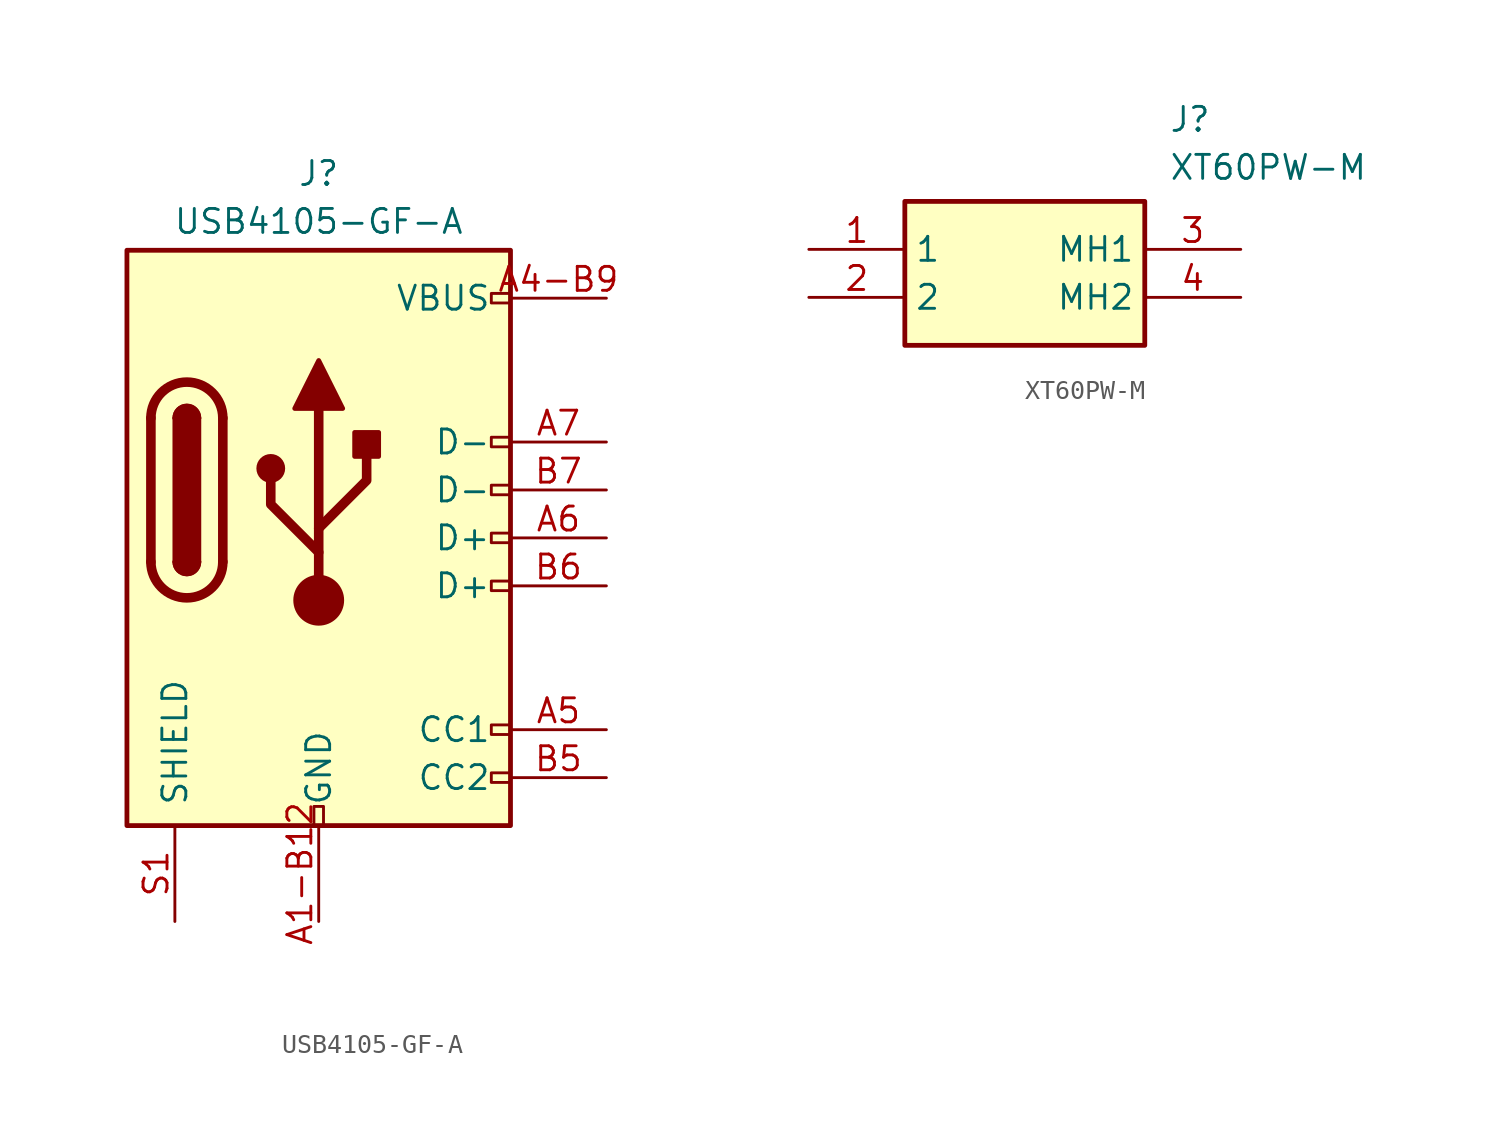
<source format=kicad_sym>
(kicad_symbol_lib
  (version 20241209)
  (generator "kicad_symbol_editor")
  (generator_version "9.0")
  (symbol "USB4105-GF-A"
    (pin_names
      (offset 1.016))
    (property "Reference" "J"
      (at 10.16 34.544 0)
      (effects (font (size 1.27 1.27))))
    (property "Value" "USB4105-GF-A"
      (at 10.16 32.004 0)
      (effects (font (size 1.27 1.27))))
    (symbol "USB4105-GF-A_0_0"
      (rectangle (start 9.906 0) (end 10.414 1.016) (stroke (width 0) (type default)) (fill (type none)))
      (rectangle (start 19.304 28.194) (end 20.32 27.686) (stroke (width 0) (type default)) (fill (type none)))
      (rectangle (start 20.32 20.574) (end 19.304 20.066) (stroke (width 0) (type default)) (fill (type none)))
      (rectangle (start 20.32 18.034) (end 19.304 17.526) (stroke (width 0) (type default)) (fill (type none)))
      (rectangle (start 20.32 15.494) (end 19.304 14.986) (stroke (width 0) (type default)) (fill (type none)))
      (rectangle (start 20.32 12.954) (end 19.304 12.446) (stroke (width 0) (type default)) (fill (type none)))
      (rectangle (start 20.32 5.334) (end 19.304 4.826) (stroke (width 0) (type default)) (fill (type none)))
      (rectangle (start 20.32 2.794) (end 19.304 2.286) (stroke (width 0) (type default)) (fill (type none))))
    (symbol "USB4105-GF-A_0_1"
      (rectangle (start 0 30.48) (end 20.32 0) (stroke (width 0.254) (type default)) (fill (type background)))
      (polyline (pts (xy 1.27 13.97) (xy 1.27 21.59)) (stroke (width 0.508) (type default)) (fill (type none)))
      (rectangle (start 2.54 13.97) (end 3.81 21.59) (stroke (width 0.254) (type default)) (fill (type outline)))
      (arc (start 2.54 21.59) (mid 3.175 22.2223) (end 3.81 21.59) (stroke (width 0.254) (type default)) (fill (type none)))
      (arc (start 2.54 21.59) (mid 3.175 22.2223) (end 3.81 21.59) (stroke (width 0.254) (type default)) (fill (type outline)))
      (arc (start 1.27 21.59) (mid 3.175 23.4867) (end 5.08 21.59) (stroke (width 0.508) (type default)) (fill (type none)))
      (arc (start 5.08 13.97) (mid 3.175 12.0733) (end 1.27 13.97) (stroke (width 0.508) (type default)) (fill (type none)))
      (arc (start 3.81 13.97) (mid 3.175 13.3377) (end 2.54 13.97) (stroke (width 0.254) (type default)) (fill (type none)))
      (arc (start 3.81 13.97) (mid 3.175 13.3377) (end 2.54 13.97) (stroke (width 0.254) (type default)) (fill (type outline)))
      (polyline (pts (xy 5.08 21.59) (xy 5.08 13.97)) (stroke (width 0.508) (type default)) (fill (type none)))
      (circle (center 7.62 18.923) (radius 0.635) (stroke (width 0.254) (type default)) (fill (type outline)))
      (polyline (pts (xy 8.89 22.098) (xy 10.16 24.638) (xy 11.43 22.098) (xy 8.89 22.098)) (stroke (width 0.254) (type default)) (fill (type outline)))
      (polyline (pts (xy 10.16 15.748) (xy 12.7 18.288) (xy 12.7 19.558)) (stroke (width 0.508) (type default)) (fill (type none)))
      (polyline (pts (xy 10.16 14.478) (xy 7.62 17.018) (xy 7.62 18.288)) (stroke (width 0.508) (type default)) (fill (type none)))
      (polyline (pts (xy 10.16 11.938) (xy 10.16 22.098)) (stroke (width 0.508) (type default)) (fill (type none)))
      (circle (center 10.16 11.938) (radius 1.27) (stroke (width 0) (type default)) (fill (type outline)))
      (rectangle (start 12.065 19.558) (end 13.335 20.828) (stroke (width 0.254) (type default)) (fill (type outline))))
    (symbol "USB4105-GF-A_1_1"
      (pin passive line (at 2.54 -5.08 90) (length 5.08) (name "SHIELD" (effects (font (size 1.27 1.27)))) (number "S1" (effects (font (size 1.27 1.27)))))
      (pin passive line (at 10.16 -5.08 90) (length 5.08) (name "GND" (effects (font (size 1.27 1.27)))) (number "A1-B12" (effects (font (size 1.27 1.27)))))
      (pin passive line (at 10.16 -5.08 90) (length 5.08) (hide yes) (name "GND" (effects (font (size 1.27 1.27)))) (number "B1-A12" (effects (font (size 1.27 1.27)))))
      (pin passive line (at 25.4 27.94 180) (length 5.08) (name "VBUS" (effects (font (size 1.27 1.27)))) (number "A4-B9" (effects (font (size 1.27 1.27)))))
      (pin passive line (at 25.4 27.94 180) (length 5.08) (hide yes) (name "VBUS" (effects (font (size 1.27 1.27)))) (number "B4-A9" (effects (font (size 1.27 1.27)))))
      (pin bidirectional line (at 25.4 20.32 180) (length 5.08) (name "D-" (effects (font (size 1.27 1.27)))) (number "A7" (effects (font (size 1.27 1.27)))))
      (pin bidirectional line (at 25.4 17.78 180) (length 5.08) (name "D-" (effects (font (size 1.27 1.27)))) (number "B7" (effects (font (size 1.27 1.27)))))
      (pin bidirectional line (at 25.4 15.24 180) (length 5.08) (name "D+" (effects (font (size 1.27 1.27)))) (number "A6" (effects (font (size 1.27 1.27)))))
      (pin bidirectional line (at 25.4 12.7 180) (length 5.08) (name "D+" (effects (font (size 1.27 1.27)))) (number "B6" (effects (font (size 1.27 1.27)))))
      (pin no_connect line (at 25.4 10.16 180) (length 5.08) (hide yes) (name "SBU1" (effects (font (size 1.27 1.27)))) (number "A8" (effects (font (size 1.27 1.27)))))
      (pin no_connect line (at 25.4 7.62 180) (length 5.08) (hide yes) (name "SBU2" (effects (font (size 1.27 1.27)))) (number "B8" (effects (font (size 1.27 1.27)))))
      (pin bidirectional line (at 25.4 5.08 180) (length 5.08) (name "CC1" (effects (font (size 1.27 1.27)))) (number "A5" (effects (font (size 1.27 1.27)))))
      (pin bidirectional line (at 25.4 2.54 180) (length 5.08) (name "CC2" (effects (font (size 1.27 1.27)))) (number "B5" (effects (font (size 1.27 1.27)))))))
  (symbol "XT60PW-M"
    (property "Reference" "J"
      (at 19.05 7.62 0)
      (effects (font (size 1.27 1.27)) (justify left top)))
    (property "Value" "XT60PW-M"
      (at 19.05 5.08 0)
      (effects (font (size 1.27 1.27)) (justify left top)))
    (symbol "XT60PW-M_1_1"
      (rectangle (start 5.08 2.54) (end 17.78 -5.08) (stroke (width 0.254) (type default)) (fill (type background)))
      (pin passive line (at 0 0 0) (length 5.08) (name "1" (effects (font (size 1.27 1.27)))) (number "1" (effects (font (size 1.27 1.27)))))
      (pin passive line (at 0 -2.54 0) (length 5.08) (name "2" (effects (font (size 1.27 1.27)))) (number "2" (effects (font (size 1.27 1.27)))))
      (pin passive line (at 22.86 0 180) (length 5.08) (name "MH1" (effects (font (size 1.27 1.27)))) (number "3" (effects (font (size 1.27 1.27)))))
      (pin passive line (at 22.86 -2.54 180) (length 5.08) (name "MH2" (effects (font (size 1.27 1.27)))) (number "4" (effects (font (size 1.27 1.27))))))))
</source>
